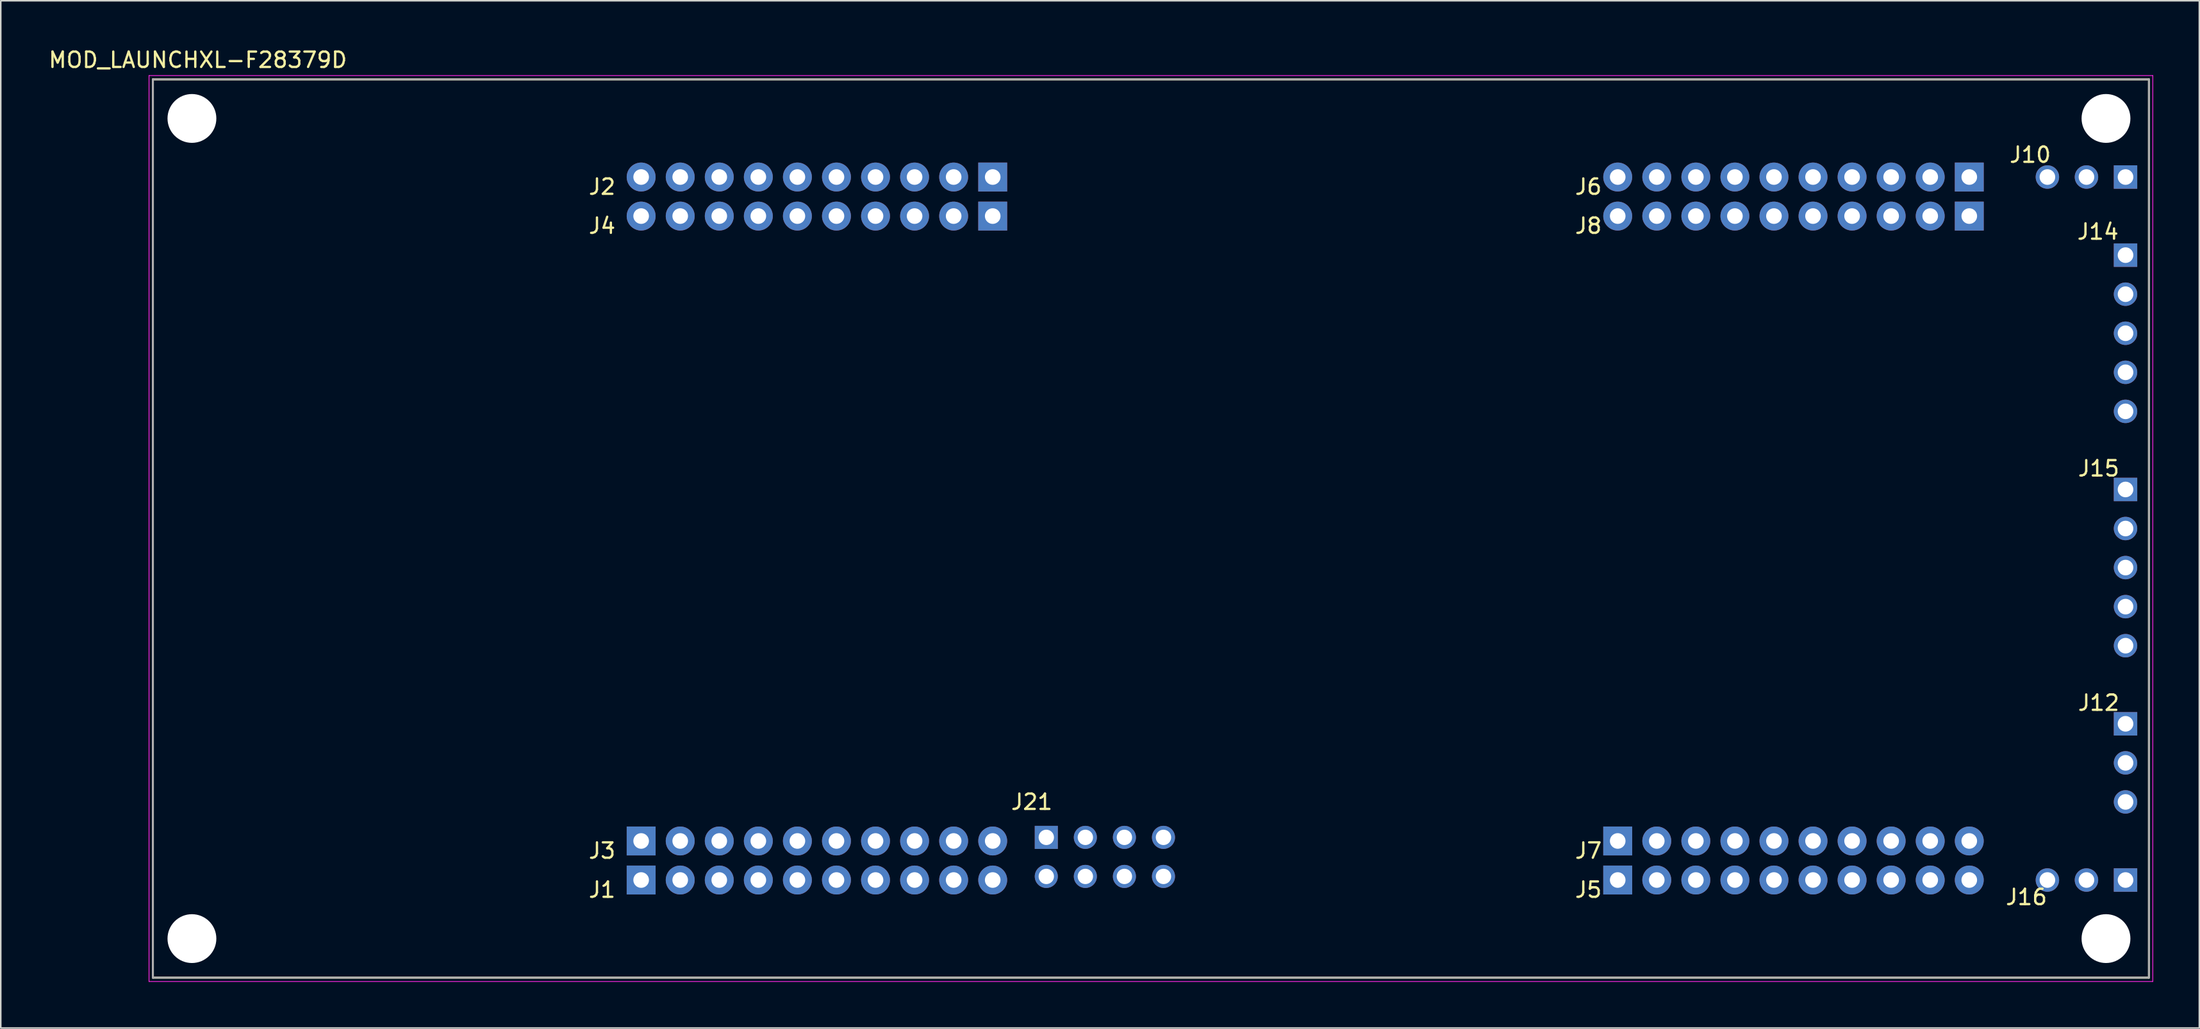
<source format=kicad_pcb>
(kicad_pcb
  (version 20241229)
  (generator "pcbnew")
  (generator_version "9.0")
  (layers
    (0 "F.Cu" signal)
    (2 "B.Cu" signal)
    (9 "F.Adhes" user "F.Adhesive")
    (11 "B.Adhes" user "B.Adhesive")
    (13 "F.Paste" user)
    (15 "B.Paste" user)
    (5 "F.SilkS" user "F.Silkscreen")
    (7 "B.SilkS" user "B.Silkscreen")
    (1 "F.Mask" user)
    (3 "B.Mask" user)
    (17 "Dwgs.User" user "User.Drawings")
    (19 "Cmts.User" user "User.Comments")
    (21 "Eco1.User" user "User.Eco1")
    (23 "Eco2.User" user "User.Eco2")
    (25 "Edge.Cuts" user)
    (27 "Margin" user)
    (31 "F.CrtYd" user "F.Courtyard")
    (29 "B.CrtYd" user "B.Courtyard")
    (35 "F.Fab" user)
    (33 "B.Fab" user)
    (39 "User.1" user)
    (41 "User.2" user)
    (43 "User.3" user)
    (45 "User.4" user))
  (footprint "MOD_LAUNCHXL-F28379D"
    (layer "F.Cu")
    (at 71.787 31.323)
    (property "Reference" "MOD_LAUNCHXL-F28379D" (at -61.972 -30.475 0) (layer "F.SilkS") (effects (font (size 1 1) (thickness 0.15))))
    (attr through_hole)
    (fp_line (start -64.897 -29.21) (end 64.897 -29.21) (stroke (width 0.127) (type solid)) (layer "F.SilkS"))
    (fp_line (start -64.897 29.21) (end -64.897 -29.21) (stroke (width 0.127) (type solid)) (layer "F.SilkS"))
    (fp_line (start 64.897 -29.21) (end 64.897 29.21) (stroke (width 0.127) (type solid)) (layer "F.SilkS"))
    (fp_line (start 64.897 29.21) (end -64.897 29.21) (stroke (width 0.127) (type solid)) (layer "F.SilkS"))
    (fp_line (start -65.147 -29.46) (end 65.147 -29.46) (stroke (width 0.05) (type solid)) (layer "F.CrtYd"))
    (fp_line (start -65.147 29.46) (end -65.147 -29.46) (stroke (width 0.05) (type solid)) (layer "F.CrtYd"))
    (fp_line (start 65.147 -29.46) (end 65.147 29.46) (stroke (width 0.05) (type solid)) (layer "F.CrtYd"))
    (fp_line (start 65.147 29.46) (end -65.147 29.46) (stroke (width 0.05) (type solid)) (layer "F.CrtYd"))
    (fp_line (start -64.897 -29.21) (end 64.897 -29.21) (stroke (width 0.127) (type solid)) (layer "F.Fab"))
    (fp_line (start -64.897 29.21) (end -64.897 -29.21) (stroke (width 0.127) (type solid)) (layer "F.Fab"))
    (fp_line (start 64.897 -29.21) (end 64.897 29.21) (stroke (width 0.127) (type solid)) (layer "F.Fab"))
    (fp_line (start 64.897 29.21) (end -64.897 29.21) (stroke (width 0.127) (type solid)) (layer "F.Fab"))
    (fp_text user "J3" (at -35.687 20.955 0) (layer "F.SilkS") (effects (font (size 1 1) (thickness 0.15))))
    (fp_text user "J16" (at 56.928 23.97 0) (layer "F.SilkS") (effects (font (size 1 1) (thickness 0.15))))
    (fp_text user "J15" (at 61.628 -3.905 0) (layer "F.SilkS") (effects (font (size 1 1) (thickness 0.15))))
    (fp_text user "J4" (at -35.687 -19.685 0) (layer "F.SilkS") (effects (font (size 1 1) (thickness 0.15))))
    (fp_text user "J21" (at -7.747 17.78 0) (layer "F.SilkS") (effects (font (size 1 1) (thickness 0.15))))
    (fp_text user "J7" (at 28.448 20.955 0) (layer "F.SilkS") (effects (font (size 1 1) (thickness 0.15))))
    (fp_text user "J8" (at 28.448 -19.685 0) (layer "F.SilkS") (effects (font (size 1 1) (thickness 0.15))))
    (fp_text user "J14" (at 61.578 -19.305 0) (layer "F.SilkS") (effects (font (size 1 1) (thickness 0.15))))
    (fp_text user "J1" (at -35.687 23.495 0) (layer "F.SilkS") (effects (font (size 1 1) (thickness 0.15))))
    (fp_text user "J12" (at 61.628 11.335 0) (layer "F.SilkS") (effects (font (size 1 1) (thickness 0.15))))
    (fp_text user "J5" (at 28.448 23.495 0) (layer "F.SilkS") (effects (font (size 1 1) (thickness 0.15))))
    (fp_text user "J10" (at 57.178 -24.305 0) (layer "F.SilkS") (effects (font (size 1 1) (thickness 0.15))))
    (fp_text user "J6" (at 28.448 -22.225 0) (layer "F.SilkS") (effects (font (size 1 1) (thickness 0.15))))
    (fp_text user "J2" (at -35.687 -22.225 0) (layer "F.SilkS") (effects (font (size 1 1) (thickness 0.15))))
    (pad "" np_thru_hole circle (at -62.357 -26.67) (size 3.175 3.175) (drill 3.175) (layers "*.Cu" "*.Mask"))
    (pad "" np_thru_hole circle (at -62.357 26.67) (size 3.175 3.175) (drill 3.175) (layers "*.Cu" "*.Mask"))
    (pad "" np_thru_hole circle (at 62.103 -26.67) (size 3.175 3.175) (drill 3.175) (layers "*.Cu" "*.Mask"))
    (pad "" np_thru_hole circle (at 62.103 26.67) (size 3.175 3.175) (drill 3.175) (layers "*.Cu" "*.Mask"))
    (pad "J1_1" thru_hole rect (at -33.147 22.86) (size 1.88 1.88) (drill 1.016) (layers "*.Cu" "*.Mask"))
    (pad "J1_2" thru_hole circle (at -30.607 22.86) (size 1.88 1.88) (drill 1.016) (layers "*.Cu" "*.Mask"))
    (pad "J1_3" thru_hole circle (at -28.067 22.86) (size 1.88 1.88) (drill 1.016) (layers "*.Cu" "*.Mask"))
    (pad "J1_4" thru_hole circle (at -25.527 22.86) (size 1.88 1.88) (drill 1.016) (layers "*.Cu" "*.Mask"))
    (pad "J1_5" thru_hole circle (at -22.987 22.86) (size 1.88 1.88) (drill 1.016) (layers "*.Cu" "*.Mask"))
    (pad "J1_6" thru_hole circle (at -20.447 22.86) (size 1.88 1.88) (drill 1.016) (layers "*.Cu" "*.Mask"))
    (pad "J1_7" thru_hole circle (at -17.907 22.86) (size 1.88 1.88) (drill 1.016) (layers "*.Cu" "*.Mask"))
    (pad "J1_8" thru_hole circle (at -15.367 22.86) (size 1.88 1.88) (drill 1.016) (layers "*.Cu" "*.Mask"))
    (pad "J1_9" thru_hole circle (at -12.827 22.86) (size 1.88 1.88) (drill 1.016) (layers "*.Cu" "*.Mask"))
    (pad "J1_10" thru_hole circle (at -10.287 22.86) (size 1.88 1.88) (drill 1.016) (layers "*.Cu" "*.Mask"))
    (pad "J2_1" thru_hole rect (at -10.287 -22.86) (size 1.88 1.88) (drill 1.016) (layers "*.Cu" "*.Mask"))
    (pad "J2_2" thru_hole circle (at -12.827 -22.86) (size 1.88 1.88) (drill 1.016) (layers "*.Cu" "*.Mask"))
    (pad "J2_3" thru_hole circle (at -15.367 -22.86) (size 1.88 1.88) (drill 1.016) (layers "*.Cu" "*.Mask"))
    (pad "J2_4" thru_hole circle (at -17.907 -22.86) (size 1.88 1.88) (drill 1.016) (layers "*.Cu" "*.Mask"))
    (pad "J2_5" thru_hole circle (at -20.447 -22.86) (size 1.88 1.88) (drill 1.016) (layers "*.Cu" "*.Mask"))
    (pad "J2_6" thru_hole circle (at -22.987 -22.86) (size 1.88 1.88) (drill 1.016) (layers "*.Cu" "*.Mask"))
    (pad "J2_7" thru_hole circle (at -25.527 -22.86) (size 1.88 1.88) (drill 1.016) (layers "*.Cu" "*.Mask"))
    (pad "J2_8" thru_hole circle (at -28.067 -22.86) (size 1.88 1.88) (drill 1.016) (layers "*.Cu" "*.Mask"))
    (pad "J2_9" thru_hole circle (at -30.607 -22.86) (size 1.88 1.88) (drill 1.016) (layers "*.Cu" "*.Mask"))
    (pad "J2_10" thru_hole circle (at -33.147 -22.86) (size 1.88 1.88) (drill 1.016) (layers "*.Cu" "*.Mask"))
    (pad "J3_1" thru_hole rect (at -33.147 20.32) (size 1.88 1.88) (drill 1.016) (layers "*.Cu" "*.Mask"))
    (pad "J3_2" thru_hole circle (at -30.607 20.32) (size 1.88 1.88) (drill 1.016) (layers "*.Cu" "*.Mask"))
    (pad "J3_3" thru_hole circle (at -28.067 20.32) (size 1.88 1.88) (drill 1.016) (layers "*.Cu" "*.Mask"))
    (pad "J3_4" thru_hole circle (at -25.527 20.32) (size 1.88 1.88) (drill 1.016) (layers "*.Cu" "*.Mask"))
    (pad "J3_5" thru_hole circle (at -22.987 20.32) (size 1.88 1.88) (drill 1.016) (layers "*.Cu" "*.Mask"))
    (pad "J3_6" thru_hole circle (at -20.447 20.32) (size 1.88 1.88) (drill 1.016) (layers "*.Cu" "*.Mask"))
    (pad "J3_7" thru_hole circle (at -17.907 20.32) (size 1.88 1.88) (drill 1.016) (layers "*.Cu" "*.Mask"))
    (pad "J3_8" thru_hole circle (at -15.367 20.32) (size 1.88 1.88) (drill 1.016) (layers "*.Cu" "*.Mask"))
    (pad "J3_9" thru_hole circle (at -12.827 20.32) (size 1.88 1.88) (drill 1.016) (layers "*.Cu" "*.Mask"))
    (pad "J3_10" thru_hole circle (at -10.287 20.32) (size 1.88 1.88) (drill 1.016) (layers "*.Cu" "*.Mask"))
    (pad "J4_1" thru_hole rect (at -10.287 -20.32) (size 1.88 1.88) (drill 1.016) (layers "*.Cu" "*.Mask"))
    (pad "J4_2" thru_hole circle (at -12.827 -20.32) (size 1.88 1.88) (drill 1.016) (layers "*.Cu" "*.Mask"))
    (pad "J4_3" thru_hole circle (at -15.367 -20.32) (size 1.88 1.88) (drill 1.016) (layers "*.Cu" "*.Mask"))
    (pad "J4_4" thru_hole circle (at -17.907 -20.32) (size 1.88 1.88) (drill 1.016) (layers "*.Cu" "*.Mask"))
    (pad "J4_5" thru_hole circle (at -20.447 -20.32) (size 1.88 1.88) (drill 1.016) (layers "*.Cu" "*.Mask"))
    (pad "J4_6" thru_hole circle (at -22.987 -20.32) (size 1.88 1.88) (drill 1.016) (layers "*.Cu" "*.Mask"))
    (pad "J4_7" thru_hole circle (at -25.527 -20.32) (size 1.88 1.88) (drill 1.016) (layers "*.Cu" "*.Mask"))
    (pad "J4_8" thru_hole circle (at -28.067 -20.32) (size 1.88 1.88) (drill 1.016) (layers "*.Cu" "*.Mask"))
    (pad "J4_9" thru_hole circle (at -30.607 -20.32) (size 1.88 1.88) (drill 1.016) (layers "*.Cu" "*.Mask"))
    (pad "J4_10" thru_hole circle (at -33.147 -20.32) (size 1.88 1.88) (drill 1.016) (layers "*.Cu" "*.Mask"))
    (pad "J5_1" thru_hole rect (at 30.353 22.86) (size 1.88 1.88) (drill 1.016) (layers "*.Cu" "*.Mask"))
    (pad "J5_2" thru_hole circle (at 32.893 22.86) (size 1.88 1.88) (drill 1.016) (layers "*.Cu" "*.Mask"))
    (pad "J5_3" thru_hole circle (at 35.433 22.86) (size 1.88 1.88) (drill 1.016) (layers "*.Cu" "*.Mask"))
    (pad "J5_4" thru_hole circle (at 37.973 22.86) (size 1.88 1.88) (drill 1.016) (layers "*.Cu" "*.Mask"))
    (pad "J5_5" thru_hole circle (at 40.513 22.86) (size 1.88 1.88) (drill 1.016) (layers "*.Cu" "*.Mask"))
    (pad "J5_6" thru_hole circle (at 43.053 22.86) (size 1.88 1.88) (drill 1.016) (layers "*.Cu" "*.Mask"))
    (pad "J5_7" thru_hole circle (at 45.593 22.86) (size 1.88 1.88) (drill 1.016) (layers "*.Cu" "*.Mask"))
    (pad "J5_8" thru_hole circle (at 48.133 22.86) (size 1.88 1.88) (drill 1.016) (layers "*.Cu" "*.Mask"))
    (pad "J5_9" thru_hole circle (at 50.673 22.86) (size 1.88 1.88) (drill 1.016) (layers "*.Cu" "*.Mask"))
    (pad "J5_10" thru_hole circle (at 53.213 22.86) (size 1.88 1.88) (drill 1.016) (layers "*.Cu" "*.Mask"))
    (pad "J6_1" thru_hole rect (at 53.213 -22.86) (size 1.88 1.88) (drill 1.016) (layers "*.Cu" "*.Mask"))
    (pad "J6_2" thru_hole circle (at 50.673 -22.86) (size 1.88 1.88) (drill 1.016) (layers "*.Cu" "*.Mask"))
    (pad "J6_3" thru_hole circle (at 48.133 -22.86) (size 1.88 1.88) (drill 1.016) (layers "*.Cu" "*.Mask"))
    (pad "J6_4" thru_hole circle (at 45.593 -22.86) (size 1.88 1.88) (drill 1.016) (layers "*.Cu" "*.Mask"))
    (pad "J6_5" thru_hole circle (at 43.053 -22.86) (size 1.88 1.88) (drill 1.016) (layers "*.Cu" "*.Mask"))
    (pad "J6_6" thru_hole circle (at 40.513 -22.86) (size 1.88 1.88) (drill 1.016) (layers "*.Cu" "*.Mask"))
    (pad "J6_7" thru_hole circle (at 37.973 -22.86) (size 1.88 1.88) (drill 1.016) (layers "*.Cu" "*.Mask"))
    (pad "J6_8" thru_hole circle (at 35.433 -22.86) (size 1.88 1.88) (drill 1.016) (layers "*.Cu" "*.Mask"))
    (pad "J6_9" thru_hole circle (at 32.893 -22.86) (size 1.88 1.88) (drill 1.016) (layers "*.Cu" "*.Mask"))
    (pad "J6_10" thru_hole circle (at 30.353 -22.86) (size 1.88 1.88) (drill 1.016) (layers "*.Cu" "*.Mask"))
    (pad "J7_1" thru_hole rect (at 30.353 20.32) (size 1.88 1.88) (drill 1.016) (layers "*.Cu" "*.Mask"))
    (pad "J7_2" thru_hole circle (at 32.893 20.32) (size 1.88 1.88) (drill 1.016) (layers "*.Cu" "*.Mask"))
    (pad "J7_3" thru_hole circle (at 35.433 20.32) (size 1.88 1.88) (drill 1.016) (layers "*.Cu" "*.Mask"))
    (pad "J7_4" thru_hole circle (at 37.973 20.32) (size 1.88 1.88) (drill 1.016) (layers "*.Cu" "*.Mask"))
    (pad "J7_5" thru_hole circle (at 40.513 20.32) (size 1.88 1.88) (drill 1.016) (layers "*.Cu" "*.Mask"))
    (pad "J7_6" thru_hole circle (at 43.053 20.32) (size 1.88 1.88) (drill 1.016) (layers "*.Cu" "*.Mask"))
    (pad "J7_7" thru_hole circle (at 45.593 20.32) (size 1.88 1.88) (drill 1.016) (layers "*.Cu" "*.Mask"))
    (pad "J7_8" thru_hole circle (at 48.133 20.32) (size 1.88 1.88) (drill 1.016) (layers "*.Cu" "*.Mask"))
    (pad "J7_9" thru_hole circle (at 50.673 20.32) (size 1.88 1.88) (drill 1.016) (layers "*.Cu" "*.Mask"))
    (pad "J7_10" thru_hole circle (at 53.213 20.32) (size 1.88 1.88) (drill 1.016) (layers "*.Cu" "*.Mask"))
    (pad "J8_1" thru_hole rect (at 53.213 -20.32) (size 1.88 1.88) (drill 1.016) (layers "*.Cu" "*.Mask"))
    (pad "J8_2" thru_hole circle (at 50.673 -20.32) (size 1.88 1.88) (drill 1.016) (layers "*.Cu" "*.Mask"))
    (pad "J8_3" thru_hole circle (at 48.133 -20.32) (size 1.88 1.88) (drill 1.016) (layers "*.Cu" "*.Mask"))
    (pad "J8_4" thru_hole circle (at 45.593 -20.32) (size 1.88 1.88) (drill 1.016) (layers "*.Cu" "*.Mask"))
    (pad "J8_5" thru_hole circle (at 43.053 -20.32) (size 1.88 1.88) (drill 1.016) (layers "*.Cu" "*.Mask"))
    (pad "J8_6" thru_hole circle (at 40.513 -20.32) (size 1.88 1.88) (drill 1.016) (layers "*.Cu" "*.Mask"))
    (pad "J8_7" thru_hole circle (at 37.973 -20.32) (size 1.88 1.88) (drill 1.016) (layers "*.Cu" "*.Mask"))
    (pad "J8_8" thru_hole circle (at 35.433 -20.32) (size 1.88 1.88) (drill 1.016) (layers "*.Cu" "*.Mask"))
    (pad "J8_9" thru_hole circle (at 32.893 -20.32) (size 1.88 1.88) (drill 1.016) (layers "*.Cu" "*.Mask"))
    (pad "J8_10" thru_hole circle (at 30.353 -20.32) (size 1.88 1.88) (drill 1.016) (layers "*.Cu" "*.Mask"))
    (pad "J10_1" thru_hole rect (at 63.373 -22.86) (size 1.524 1.524) (drill 1.016) (layers "*.Cu" "*.Mask"))
    (pad "J10_2" thru_hole circle (at 60.833 -22.86) (size 1.524 1.524) (drill 1.016) (layers "*.Cu" "*.Mask"))
    (pad "J10_3" thru_hole circle (at 58.293 -22.86) (size 1.524 1.524) (drill 1.016) (layers "*.Cu" "*.Mask"))
    (pad "J12_1" thru_hole rect (at 63.373 12.7) (size 1.524 1.524) (drill 1.016) (layers "*.Cu" "*.Mask"))
    (pad "J12_2" thru_hole circle (at 63.373 15.24) (size 1.524 1.524) (drill 1.016) (layers "*.Cu" "*.Mask"))
    (pad "J12_3" thru_hole circle (at 63.373 17.78) (size 1.524 1.524) (drill 1.016) (layers "*.Cu" "*.Mask"))
    (pad "J14_1" thru_hole rect (at 63.373 -17.78) (size 1.524 1.524) (drill 1.016) (layers "*.Cu" "*.Mask"))
    (pad "J14_2" thru_hole circle (at 63.373 -15.24) (size 1.524 1.524) (drill 1.016) (layers "*.Cu" "*.Mask"))
    (pad "J14_3" thru_hole circle (at 63.373 -12.7) (size 1.524 1.524) (drill 1.016) (layers "*.Cu" "*.Mask"))
    (pad "J14_4" thru_hole circle (at 63.373 -10.16) (size 1.524 1.524) (drill 1.016) (layers "*.Cu" "*.Mask"))
    (pad "J14_5" thru_hole circle (at 63.373 -7.62) (size 1.524 1.524) (drill 1.016) (layers "*.Cu" "*.Mask"))
    (pad "J15_1" thru_hole rect (at 63.373 -2.54) (size 1.524 1.524) (drill 1.016) (layers "*.Cu" "*.Mask"))
    (pad "J15_2" thru_hole circle (at 63.373 0) (size 1.524 1.524) (drill 1.016) (layers "*.Cu" "*.Mask"))
    (pad "J15_3" thru_hole circle (at 63.373 2.54) (size 1.524 1.524) (drill 1.016) (layers "*.Cu" "*.Mask"))
    (pad "J15_4" thru_hole circle (at 63.373 5.08) (size 1.524 1.524) (drill 1.016) (layers "*.Cu" "*.Mask"))
    (pad "J15_5" thru_hole circle (at 63.373 7.62) (size 1.524 1.524) (drill 1.016) (layers "*.Cu" "*.Mask"))
    (pad "J16_1" thru_hole rect (at 63.373 22.86) (size 1.524 1.524) (drill 1.016) (layers "*.Cu" "*.Mask"))
    (pad "J16_2" thru_hole circle (at 60.833 22.86) (size 1.524 1.524) (drill 1.016) (layers "*.Cu" "*.Mask"))
    (pad "J16_3" thru_hole circle (at 58.293 22.86) (size 1.524 1.524) (drill 1.016) (layers "*.Cu" "*.Mask"))
    (pad "J21_1" thru_hole rect (at -6.803 20.086) (size 1.5 1.5) (drill 1) (layers "*.Cu" "*.Mask"))
    (pad "J21_2" thru_hole circle (at -6.803 22.626) (size 1.5 1.5) (drill 1) (layers "*.Cu" "*.Mask"))
    (pad "J21_3" thru_hole circle (at -4.263 20.086) (size 1.5 1.5) (drill 1) (layers "*.Cu" "*.Mask"))
    (pad "J21_4" thru_hole circle (at -4.263 22.626) (size 1.5 1.5) (drill 1) (layers "*.Cu" "*.Mask"))
    (pad "J21_5" thru_hole circle (at -1.723 20.086) (size 1.5 1.5) (drill 1) (layers "*.Cu" "*.Mask"))
    (pad "J21_6" thru_hole circle (at -1.723 22.626) (size 1.5 1.5) (drill 1) (layers "*.Cu" "*.Mask"))
    (pad "J21_7" thru_hole circle (at 0.817 20.086) (size 1.5 1.5) (drill 1) (layers "*.Cu" "*.Mask"))
    (pad "J21_8" thru_hole circle (at 0.817 22.626) (size 1.5 1.5) (drill 1) (layers "*.Cu" "*.Mask")))
  (gr_rect
    (start -3 -3)
    (end 139.959 63.808)
    (stroke (width 0.1) (type default))
    (fill no)
    (layer "Edge.Cuts")))
</source>
